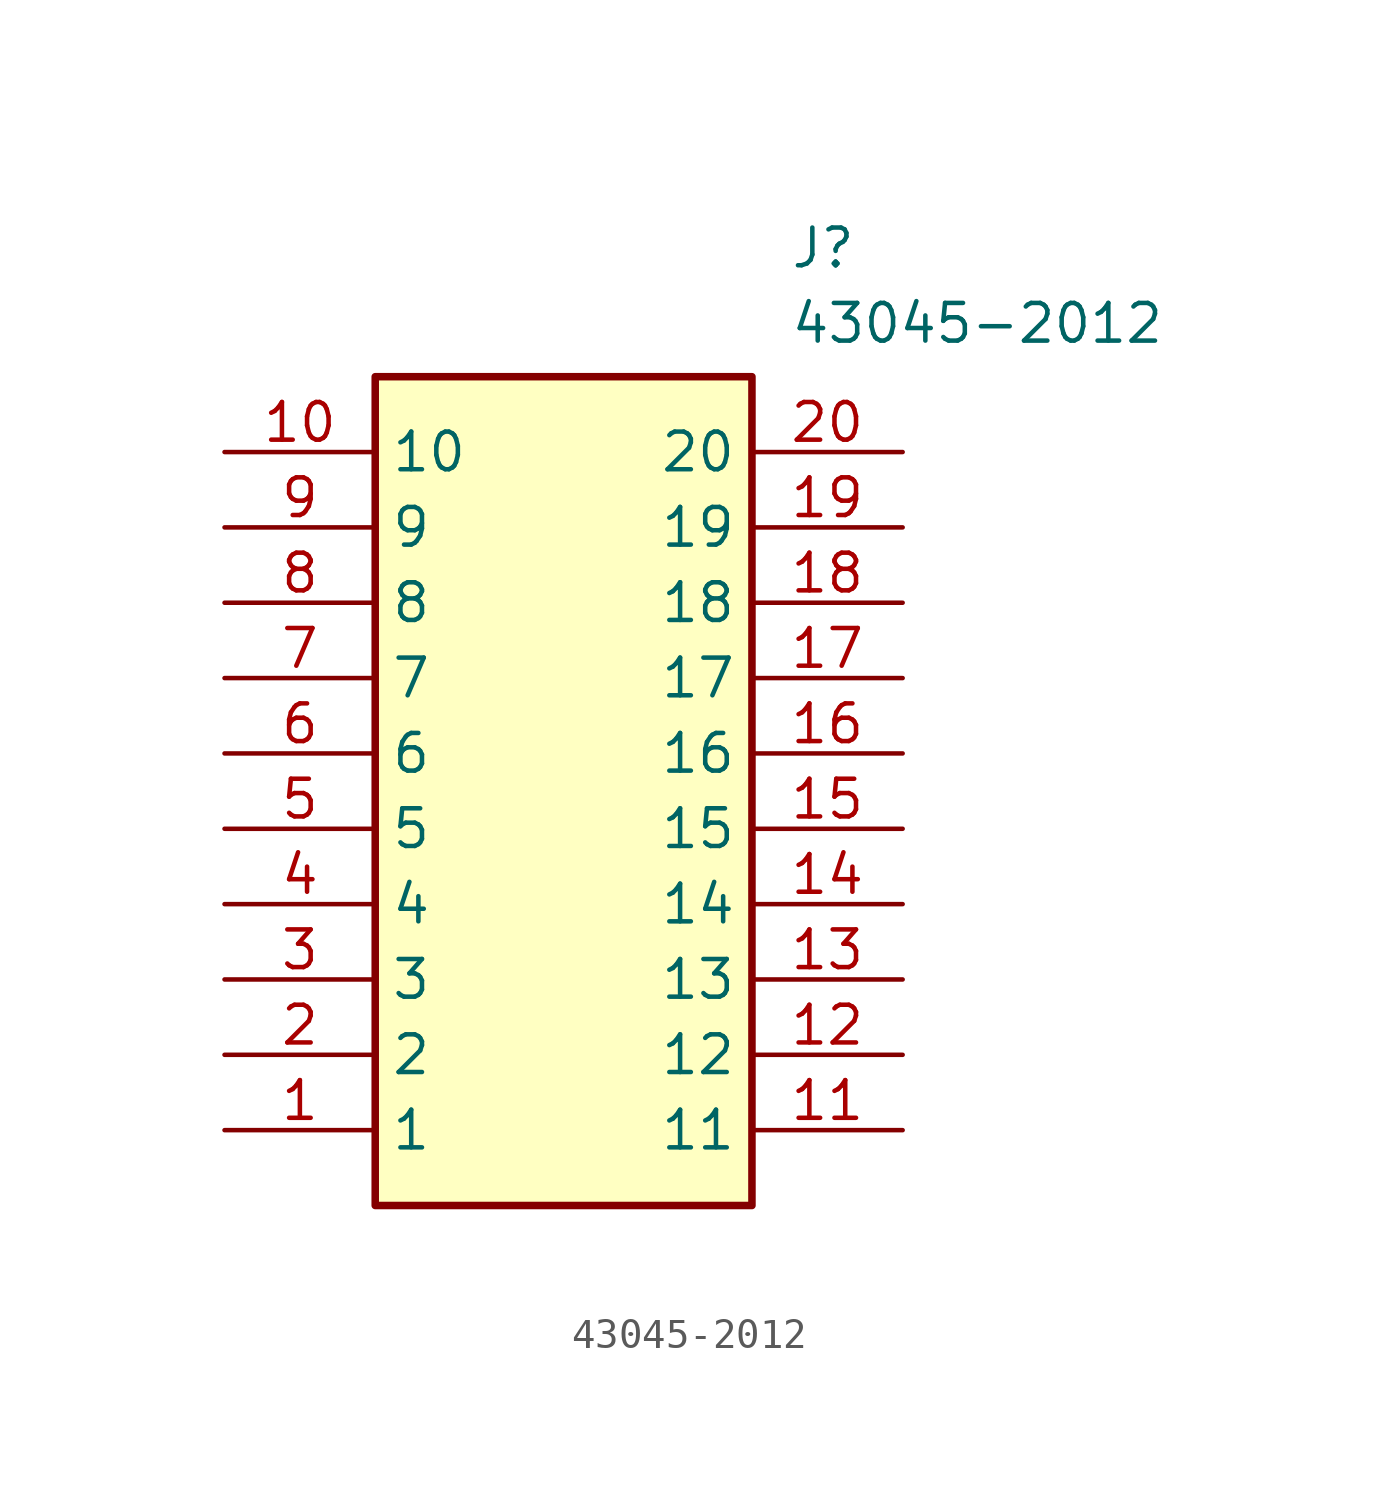
<source format=kicad_sym>
(kicad_symbol_lib
  (version 20211014)
  (generator SamacSys_ECAD_Model)
  (symbol "43045-2012"
    (property "Reference" "J"
      (at 19.05 7.62 0)
      (effects (font (size 1.27 1.27)) (justify left top)))
    (property "Value" "43045-2012"
      (at 19.05 5.08 0)
      (effects (font (size 1.27 1.27)) (justify left top)))
    (rectangle
      (start 5.08 2.54)
      (end 17.78 -25.4)
      (stroke (width 0.254) (type default))
      (fill (type background)))
    (pin passive line
      (at 0 -22.86 0)
      (length 5.08)
      (name "1" (effects (font (size 1.27 1.27))))
      (number "1" (effects (font (size 1.27 1.27)))))
    (pin passive line
      (at 0 -20.32 0)
      (length 5.08)
      (name "2" (effects (font (size 1.27 1.27))))
      (number "2" (effects (font (size 1.27 1.27)))))
    (pin passive line
      (at 0 -17.78 0)
      (length 5.08)
      (name "3" (effects (font (size 1.27 1.27))))
      (number "3" (effects (font (size 1.27 1.27)))))
    (pin passive line
      (at 0 -15.24 0)
      (length 5.08)
      (name "4" (effects (font (size 1.27 1.27))))
      (number "4" (effects (font (size 1.27 1.27)))))
    (pin passive line
      (at 0 -12.7 0)
      (length 5.08)
      (name "5" (effects (font (size 1.27 1.27))))
      (number "5" (effects (font (size 1.27 1.27)))))
    (pin passive line
      (at 0 -10.16 0)
      (length 5.08)
      (name "6" (effects (font (size 1.27 1.27))))
      (number "6" (effects (font (size 1.27 1.27)))))
    (pin passive line
      (at 0 -7.62 0)
      (length 5.08)
      (name "7" (effects (font (size 1.27 1.27))))
      (number "7" (effects (font (size 1.27 1.27)))))
    (pin passive line
      (at 0 -5.08 0)
      (length 5.08)
      (name "8" (effects (font (size 1.27 1.27))))
      (number "8" (effects (font (size 1.27 1.27)))))
    (pin passive line
      (at 0 -2.54 0)
      (length 5.08)
      (name "9" (effects (font (size 1.27 1.27))))
      (number "9" (effects (font (size 1.27 1.27)))))
    (pin passive line
      (at 0 0 0)
      (length 5.08)
      (name "10" (effects (font (size 1.27 1.27))))
      (number "10" (effects (font (size 1.27 1.27)))))
    (pin passive line
      (at 22.86 -22.86 180)
      (length 5.08)
      (name "11" (effects (font (size 1.27 1.27))))
      (number "11" (effects (font (size 1.27 1.27)))))
    (pin passive line
      (at 22.86 -20.32 180)
      (length 5.08)
      (name "12" (effects (font (size 1.27 1.27))))
      (number "12" (effects (font (size 1.27 1.27)))))
    (pin passive line
      (at 22.86 -17.78 180)
      (length 5.08)
      (name "13" (effects (font (size 1.27 1.27))))
      (number "13" (effects (font (size 1.27 1.27)))))
    (pin passive line
      (at 22.86 -15.24 180)
      (length 5.08)
      (name "14" (effects (font (size 1.27 1.27))))
      (number "14" (effects (font (size 1.27 1.27)))))
    (pin passive line
      (at 22.86 -12.7 180)
      (length 5.08)
      (name "15" (effects (font (size 1.27 1.27))))
      (number "15" (effects (font (size 1.27 1.27)))))
    (pin passive line
      (at 22.86 -10.16 180)
      (length 5.08)
      (name "16" (effects (font (size 1.27 1.27))))
      (number "16" (effects (font (size 1.27 1.27)))))
    (pin passive line
      (at 22.86 -7.62 180)
      (length 5.08)
      (name "17" (effects (font (size 1.27 1.27))))
      (number "17" (effects (font (size 1.27 1.27)))))
    (pin passive line
      (at 22.86 -5.08 180)
      (length 5.08)
      (name "18" (effects (font (size 1.27 1.27))))
      (number "18" (effects (font (size 1.27 1.27)))))
    (pin passive line
      (at 22.86 -2.54 180)
      (length 5.08)
      (name "19" (effects (font (size 1.27 1.27))))
      (number "19" (effects (font (size 1.27 1.27)))))
    (pin passive line
      (at 22.86 0 180)
      (length 5.08)
      (name "20" (effects (font (size 1.27 1.27))))
      (number "20" (effects (font (size 1.27 1.27)))))))
</source>
